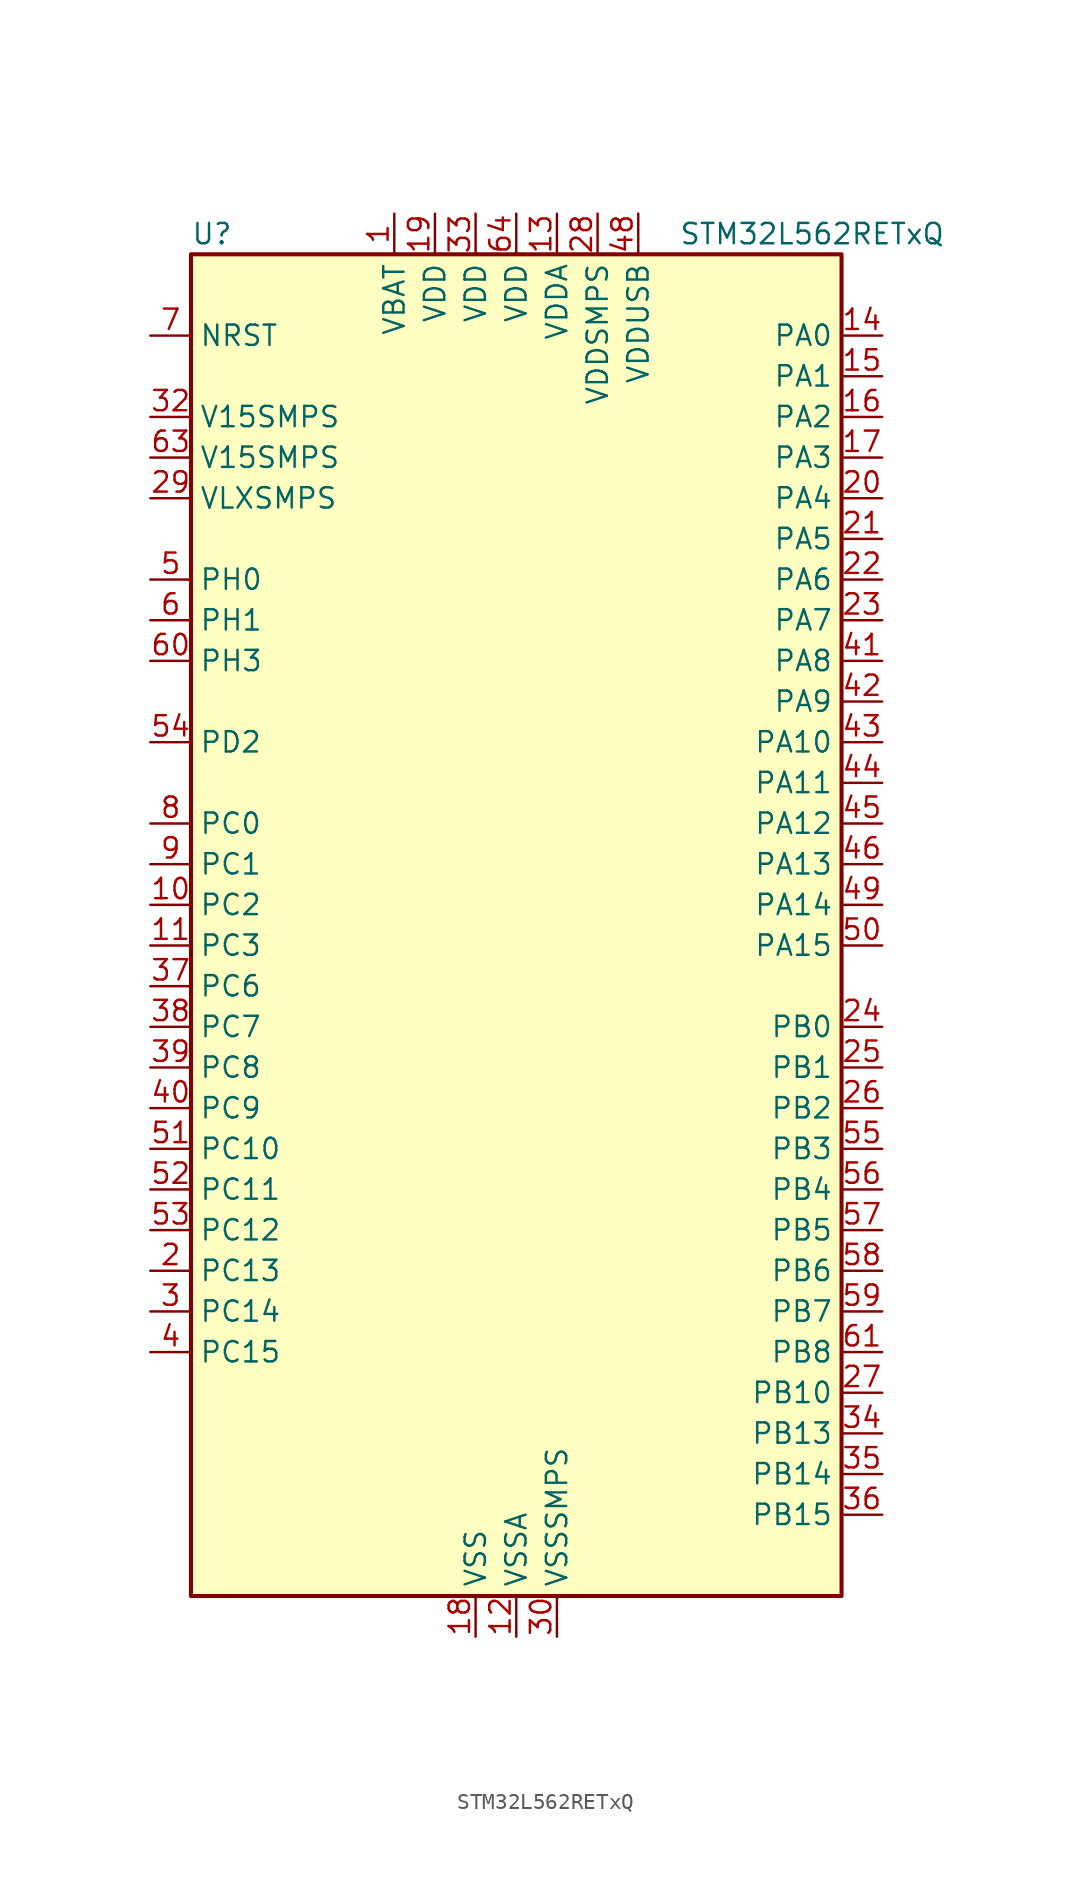
<source format=kicad_sym>
(kicad_symbol_lib
  (version 20241209)
  (generator "kicad_symbol_editor")
  (generator_version "9.0")
  (symbol "STM32L562RETxQ"
    (property "Reference" "U"
      (at -20.32 44.45 0)
      (effects (font (size 1.27 1.27)) (justify left)))
    (property "Value" "STM32L562RETxQ"
      (at 10.16 44.45 0)
      (effects (font (size 1.27 1.27)) (justify left)))
    (symbol "STM32L562RETxQ_0_1"
      (rectangle (start -20.32 -40.64) (end 20.32 43.18) (stroke (width 0.254) (type default)) (fill (type background))))
    (symbol "STM32L562RETxQ_1_1"
      (pin input line (at -22.86 38.1 0) (length 2.54) (name "NRST" (effects (font (size 1.27 1.27)))) (number "7" (effects (font (size 1.27 1.27)))))
      (pin power_in line (at -22.86 33.02 0) (length 2.54) (name "V15SMPS" (effects (font (size 1.27 1.27)))) (number "32" (effects (font (size 1.27 1.27)))))
      (pin power_in line (at -22.86 30.48 0) (length 2.54) (name "V15SMPS" (effects (font (size 1.27 1.27)))) (number "63" (effects (font (size 1.27 1.27)))))
      (pin power_in line (at -22.86 27.94 0) (length 2.54) (name "VLXSMPS" (effects (font (size 1.27 1.27)))) (number "29" (effects (font (size 1.27 1.27)))))
      (pin bidirectional line (at -22.86 22.86 0) (length 2.54) (name "PH0" (effects (font (size 1.27 1.27)))) (number "5" (effects (font (size 1.27 1.27)))) (alternate "RCC_OSC_IN" bidirectional line))
      (pin bidirectional line (at -22.86 20.32 0) (length 2.54) (name "PH1" (effects (font (size 1.27 1.27)))) (number "6" (effects (font (size 1.27 1.27)))) (alternate "RCC_OSC_OUT" bidirectional line))
      (pin bidirectional line (at -22.86 17.78 0) (length 2.54) (name "PH3" (effects (font (size 1.27 1.27)))) (number "60" (effects (font (size 1.27 1.27)))))
      (pin bidirectional line (at -22.86 12.7 0) (length 2.54) (name "PD2" (effects (font (size 1.27 1.27)))) (number "54" (effects (font (size 1.27 1.27)))) (alternate "DEBUG_TRACED2" bidirectional line) (alternate "SDMMC1_CMD" bidirectional line) (alternate "TIM3_ETR" bidirectional line) (alternate "TSC_SYNC" bidirectional line) (alternate "UART5_RX" bidirectional line) (alternate "USART3_DE" bidirectional line) (alternate "USART3_RTS" bidirectional line))
      (pin bidirectional line (at -22.86 7.62 0) (length 2.54) (name "PC0" (effects (font (size 1.27 1.27)))) (number "8" (effects (font (size 1.27 1.27)))) (alternate "ADC1_IN1" bidirectional line) (alternate "ADC2_IN1" bidirectional line) (alternate "I2C3_SCL" bidirectional line) (alternate "LPTIM1_IN1" bidirectional line) (alternate "LPTIM2_IN1" bidirectional line) (alternate "LPUART1_RX" bidirectional line) (alternate "OCTOSPI1_IO7" bidirectional line) (alternate "SAI2_FS_A" bidirectional line) (alternate "SDMMC1_D5" bidirectional line))
      (pin bidirectional line (at -22.86 5.08 0) (length 2.54) (name "PC1" (effects (font (size 1.27 1.27)))) (number "9" (effects (font (size 1.27 1.27)))) (alternate "ADC1_IN2" bidirectional line) (alternate "ADC2_IN2" bidirectional line) (alternate "DEBUG_TRACED0" bidirectional line) (alternate "I2C3_SDA" bidirectional line) (alternate "LPTIM1_OUT" bidirectional line) (alternate "LPUART1_TX" bidirectional line) (alternate "OCTOSPI1_IO4" bidirectional line) (alternate "SAI1_SD_A" bidirectional line) (alternate "SPI2_MOSI" bidirectional line))
      (pin bidirectional line (at -22.86 2.54 0) (length 2.54) (name "PC2" (effects (font (size 1.27 1.27)))) (number "10" (effects (font (size 1.27 1.27)))) (alternate "ADC1_IN3" bidirectional line) (alternate "ADC2_IN3" bidirectional line) (alternate "DFSDM1_CKOUT" bidirectional line) (alternate "LPTIM1_IN2" bidirectional line) (alternate "OCTOSPI1_IO5" bidirectional line) (alternate "SPI2_MISO" bidirectional line))
      (pin bidirectional line (at -22.86 0 0) (length 2.54) (name "PC3" (effects (font (size 1.27 1.27)))) (number "11" (effects (font (size 1.27 1.27)))) (alternate "ADC1_IN4" bidirectional line) (alternate "ADC2_IN4" bidirectional line) (alternate "LPTIM1_ETR" bidirectional line) (alternate "LPTIM2_ETR" bidirectional line) (alternate "LPTIM3_OUT" bidirectional line) (alternate "OCTOSPI1_IO6" bidirectional line) (alternate "SAI1_D1" bidirectional line) (alternate "SAI1_SD_A" bidirectional line) (alternate "SPI2_MOSI" bidirectional line))
      (pin bidirectional line (at -22.86 -2.54 0) (length 2.54) (name "PC6" (effects (font (size 1.27 1.27)))) (number "37" (effects (font (size 1.27 1.27)))) (alternate "DFSDM1_CKIN3" bidirectional line) (alternate "SAI2_MCLK_A" bidirectional line) (alternate "SDMMC1_D0DIR" bidirectional line) (alternate "SDMMC1_D6" bidirectional line) (alternate "TIM3_CH1" bidirectional line) (alternate "TIM8_CH1" bidirectional line) (alternate "TSC_G4_IO1" bidirectional line))
      (pin bidirectional line (at -22.86 -5.08 0) (length 2.54) (name "PC7" (effects (font (size 1.27 1.27)))) (number "38" (effects (font (size 1.27 1.27)))) (alternate "DFSDM1_DATIN3" bidirectional line) (alternate "SAI2_MCLK_B" bidirectional line) (alternate "SDMMC1_D123DIR" bidirectional line) (alternate "SDMMC1_D7" bidirectional line) (alternate "TIM3_CH2" bidirectional line) (alternate "TIM8_CH2" bidirectional line) (alternate "TSC_G4_IO2" bidirectional line))
      (pin bidirectional line (at -22.86 -7.62 0) (length 2.54) (name "PC8" (effects (font (size 1.27 1.27)))) (number "39" (effects (font (size 1.27 1.27)))) (alternate "SDMMC1_D0" bidirectional line) (alternate "TIM3_CH3" bidirectional line) (alternate "TIM8_CH3" bidirectional line) (alternate "TSC_G4_IO3" bidirectional line))
      (pin bidirectional line (at -22.86 -10.16 0) (length 2.54) (name "PC9" (effects (font (size 1.27 1.27)))) (number "40" (effects (font (size 1.27 1.27)))) (alternate "DAC1_EXTI9" bidirectional line) (alternate "DEBUG_TRACED0" bidirectional line) (alternate "SAI2_EXTCLK" bidirectional line) (alternate "SDMMC1_D1" bidirectional line) (alternate "TIM3_CH4" bidirectional line) (alternate "TIM8_BKIN2" bidirectional line) (alternate "TIM8_CH4" bidirectional line) (alternate "TSC_G4_IO4" bidirectional line) (alternate "USB_NOE" bidirectional line))
      (pin bidirectional line (at -22.86 -12.7 0) (length 2.54) (name "PC10" (effects (font (size 1.27 1.27)))) (number "51" (effects (font (size 1.27 1.27)))) (alternate "DEBUG_TRACED1" bidirectional line) (alternate "LPTIM3_ETR" bidirectional line) (alternate "SAI2_SCK_B" bidirectional line) (alternate "SDMMC1_D2" bidirectional line) (alternate "SPI3_SCK" bidirectional line) (alternate "TSC_G3_IO2" bidirectional line) (alternate "UART4_TX" bidirectional line) (alternate "USART3_TX" bidirectional line))
      (pin bidirectional line (at -22.86 -15.24 0) (length 2.54) (name "PC11" (effects (font (size 1.27 1.27)))) (number "52" (effects (font (size 1.27 1.27)))) (alternate "ADC1_EXTI11" bidirectional line) (alternate "ADC2_EXTI11" bidirectional line) (alternate "LPTIM3_IN1" bidirectional line) (alternate "OCTOSPI1_NCS" bidirectional line) (alternate "SAI2_MCLK_B" bidirectional line) (alternate "SDMMC1_D3" bidirectional line) (alternate "SPI3_MISO" bidirectional line) (alternate "TSC_G3_IO3" bidirectional line) (alternate "UART4_RX" bidirectional line) (alternate "UCPD1_FRSTX2" bidirectional line) (alternate "USART3_RX" bidirectional line))
      (pin bidirectional line (at -22.86 -17.78 0) (length 2.54) (name "PC12" (effects (font (size 1.27 1.27)))) (number "53" (effects (font (size 1.27 1.27)))) (alternate "DEBUG_TRACED3" bidirectional line) (alternate "SAI2_SD_B" bidirectional line) (alternate "SDMMC1_CK" bidirectional line) (alternate "SPI3_MOSI" bidirectional line) (alternate "TSC_G3_IO4" bidirectional line) (alternate "UART5_TX" bidirectional line) (alternate "USART3_CK" bidirectional line))
      (pin bidirectional line (at -22.86 -20.32 0) (length 2.54) (name "PC13" (effects (font (size 1.27 1.27)))) (number "2" (effects (font (size 1.27 1.27)))) (alternate "PWR_WKUP2" bidirectional line) (alternate "RTC_OUT1" bidirectional line) (alternate "RTC_TS" bidirectional line) (alternate "TAMP_IN1" bidirectional line) (alternate "TAMP_OUT2" bidirectional line))
      (pin bidirectional line (at -22.86 -22.86 0) (length 2.54) (name "PC14" (effects (font (size 1.27 1.27)))) (number "3" (effects (font (size 1.27 1.27)))) (alternate "RCC_OSC32_IN" bidirectional line))
      (pin bidirectional line (at -22.86 -25.4 0) (length 2.54) (name "PC15" (effects (font (size 1.27 1.27)))) (number "4" (effects (font (size 1.27 1.27)))) (alternate "ADC1_EXTI15" bidirectional line) (alternate "ADC2_EXTI15" bidirectional line) (alternate "RCC_OSC32_OUT" bidirectional line))
      (pin power_in line (at -7.62 45.72 270) (length 2.54) (name "VBAT" (effects (font (size 1.27 1.27)))) (number "1" (effects (font (size 1.27 1.27)))))
      (pin power_in line (at -5.08 45.72 270) (length 2.54) (name "VDD" (effects (font (size 1.27 1.27)))) (number "19" (effects (font (size 1.27 1.27)))))
      (pin power_in line (at -2.54 45.72 270) (length 2.54) (name "VDD" (effects (font (size 1.27 1.27)))) (number "33" (effects (font (size 1.27 1.27)))))
      (pin power_in line (at -2.54 -43.18 90) (length 2.54) (name "VSS" (effects (font (size 1.27 1.27)))) (number "18" (effects (font (size 1.27 1.27)))))
      (pin passive line (at -2.54 -43.18 90) (length 2.54) (hide yes) (name "VSS" (effects (font (size 1.27 1.27)))) (number "31" (effects (font (size 1.27 1.27)))))
      (pin passive line (at -2.54 -43.18 90) (length 2.54) (hide yes) (name "VSS" (effects (font (size 1.27 1.27)))) (number "47" (effects (font (size 1.27 1.27)))))
      (pin passive line (at -2.54 -43.18 90) (length 2.54) (hide yes) (name "VSS" (effects (font (size 1.27 1.27)))) (number "62" (effects (font (size 1.27 1.27)))))
      (pin power_in line (at 0 45.72 270) (length 2.54) (name "VDD" (effects (font (size 1.27 1.27)))) (number "64" (effects (font (size 1.27 1.27)))))
      (pin power_in line (at 0 -43.18 90) (length 2.54) (name "VSSA" (effects (font (size 1.27 1.27)))) (number "12" (effects (font (size 1.27 1.27)))))
      (pin power_in line (at 2.54 45.72 270) (length 2.54) (name "VDDA" (effects (font (size 1.27 1.27)))) (number "13" (effects (font (size 1.27 1.27)))))
      (pin power_in line (at 2.54 -43.18 90) (length 2.54) (name "VSSSMPS" (effects (font (size 1.27 1.27)))) (number "30" (effects (font (size 1.27 1.27)))))
      (pin power_in line (at 5.08 45.72 270) (length 2.54) (name "VDDSMPS" (effects (font (size 1.27 1.27)))) (number "28" (effects (font (size 1.27 1.27)))))
      (pin power_in line (at 7.62 45.72 270) (length 2.54) (name "VDDUSB" (effects (font (size 1.27 1.27)))) (number "48" (effects (font (size 1.27 1.27)))))
      (pin bidirectional line (at 22.86 38.1 180) (length 2.54) (name "PA0" (effects (font (size 1.27 1.27)))) (number "14" (effects (font (size 1.27 1.27)))) (alternate "ADC1_IN5" bidirectional line) (alternate "ADC2_IN5" bidirectional line) (alternate "OPAMP1_VINP" bidirectional line) (alternate "PWR_WKUP1" bidirectional line) (alternate "SAI1_EXTCLK" bidirectional line) (alternate "TAMP_IN2" bidirectional line) (alternate "TAMP_OUT1" bidirectional line) (alternate "TIM2_CH1" bidirectional line) (alternate "TIM2_ETR" bidirectional line) (alternate "TIM5_CH1" bidirectional line) (alternate "TIM8_ETR" bidirectional line) (alternate "UART4_TX" bidirectional line) (alternate "USART2_CTS" bidirectional line) (alternate "USART2_NSS" bidirectional line))
      (pin bidirectional line (at 22.86 35.56 180) (length 2.54) (name "PA1" (effects (font (size 1.27 1.27)))) (number "15" (effects (font (size 1.27 1.27)))) (alternate "ADC1_IN6" bidirectional line) (alternate "ADC2_IN6" bidirectional line) (alternate "I2C1_SMBA" bidirectional line) (alternate "OCTOSPI1_DQS" bidirectional line) (alternate "OPAMP1_VINM" bidirectional line) (alternate "SPI1_SCK" bidirectional line) (alternate "TAMP_IN5" bidirectional line) (alternate "TAMP_OUT4" bidirectional line) (alternate "TIM15_CH1N" bidirectional line) (alternate "TIM2_CH2" bidirectional line) (alternate "TIM5_CH2" bidirectional line) (alternate "UART4_RX" bidirectional line) (alternate "USART2_DE" bidirectional line) (alternate "USART2_RTS" bidirectional line))
      (pin bidirectional line (at 22.86 33.02 180) (length 2.54) (name "PA2" (effects (font (size 1.27 1.27)))) (number "16" (effects (font (size 1.27 1.27)))) (alternate "ADC1_IN7" bidirectional line) (alternate "ADC2_IN7" bidirectional line) (alternate "COMP1_INP" bidirectional line) (alternate "LPUART1_TX" bidirectional line) (alternate "OCTOSPI1_NCS" bidirectional line) (alternate "PWR_WKUP4" bidirectional line) (alternate "RCC_LSCO" bidirectional line) (alternate "SAI2_EXTCLK" bidirectional line) (alternate "TIM15_CH1" bidirectional line) (alternate "TIM2_CH3" bidirectional line) (alternate "TIM5_CH3" bidirectional line) (alternate "UCPD1_FRSTX1" bidirectional line) (alternate "USART2_TX" bidirectional line))
      (pin bidirectional line (at 22.86 30.48 180) (length 2.54) (name "PA3" (effects (font (size 1.27 1.27)))) (number "17" (effects (font (size 1.27 1.27)))) (alternate "ADC1_IN8" bidirectional line) (alternate "ADC2_IN8" bidirectional line) (alternate "LPUART1_RX" bidirectional line) (alternate "OCTOSPI1_CLK" bidirectional line) (alternate "OPAMP1_VOUT" bidirectional line) (alternate "SAI1_CK1" bidirectional line) (alternate "SAI1_MCLK_A" bidirectional line) (alternate "TIM15_CH2" bidirectional line) (alternate "TIM2_CH4" bidirectional line) (alternate "TIM5_CH4" bidirectional line) (alternate "USART2_RX" bidirectional line))
      (pin bidirectional line (at 22.86 27.94 180) (length 2.54) (name "PA4" (effects (font (size 1.27 1.27)))) (number "20" (effects (font (size 1.27 1.27)))) (alternate "ADC1_IN9" bidirectional line) (alternate "ADC2_IN9" bidirectional line) (alternate "DAC1_OUT1" bidirectional line) (alternate "LPTIM2_OUT" bidirectional line) (alternate "OCTOSPI1_NCS" bidirectional line) (alternate "SAI1_FS_B" bidirectional line) (alternate "SPI1_NSS" bidirectional line) (alternate "SPI3_NSS" bidirectional line) (alternate "USART2_CK" bidirectional line))
      (pin bidirectional line (at 22.86 25.4 180) (length 2.54) (name "PA5" (effects (font (size 1.27 1.27)))) (number "21" (effects (font (size 1.27 1.27)))) (alternate "ADC1_IN10" bidirectional line) (alternate "ADC2_IN10" bidirectional line) (alternate "DAC1_OUT2" bidirectional line) (alternate "LPTIM2_ETR" bidirectional line) (alternate "SPI1_SCK" bidirectional line) (alternate "TIM2_CH1" bidirectional line) (alternate "TIM2_ETR" bidirectional line) (alternate "TIM8_CH1N" bidirectional line))
      (pin bidirectional line (at 22.86 22.86 180) (length 2.54) (name "PA6" (effects (font (size 1.27 1.27)))) (number "22" (effects (font (size 1.27 1.27)))) (alternate "ADC1_IN11" bidirectional line) (alternate "ADC2_IN11" bidirectional line) (alternate "LPUART1_CTS" bidirectional line) (alternate "OCTOSPI1_IO3" bidirectional line) (alternate "OPAMP2_VINP" bidirectional line) (alternate "SPI1_MISO" bidirectional line) (alternate "TIM16_CH1" bidirectional line) (alternate "TIM1_BKIN" bidirectional line) (alternate "TIM3_CH1" bidirectional line) (alternate "TIM8_BKIN" bidirectional line) (alternate "USART3_CTS" bidirectional line) (alternate "USART3_NSS" bidirectional line))
      (pin bidirectional line (at 22.86 20.32 180) (length 2.54) (name "PA7" (effects (font (size 1.27 1.27)))) (number "23" (effects (font (size 1.27 1.27)))) (alternate "ADC1_IN12" bidirectional line) (alternate "ADC2_IN12" bidirectional line) (alternate "I2C3_SCL" bidirectional line) (alternate "OCTOSPI1_IO2" bidirectional line) (alternate "OPAMP2_VINM" bidirectional line) (alternate "SPI1_MOSI" bidirectional line) (alternate "TIM17_CH1" bidirectional line) (alternate "TIM1_CH1N" bidirectional line) (alternate "TIM3_CH2" bidirectional line) (alternate "TIM8_CH1N" bidirectional line))
      (pin bidirectional line (at 22.86 17.78 180) (length 2.54) (name "PA8" (effects (font (size 1.27 1.27)))) (number "41" (effects (font (size 1.27 1.27)))) (alternate "LPTIM2_OUT" bidirectional line) (alternate "RCC_MCO" bidirectional line) (alternate "SAI1_CK2" bidirectional line) (alternate "SAI1_SCK_A" bidirectional line) (alternate "TIM1_CH1" bidirectional line) (alternate "USART1_CK" bidirectional line))
      (pin bidirectional line (at 22.86 15.24 180) (length 2.54) (name "PA9" (effects (font (size 1.27 1.27)))) (number "42" (effects (font (size 1.27 1.27)))) (alternate "DAC1_EXTI9" bidirectional line) (alternate "SAI1_FS_A" bidirectional line) (alternate "SPI2_SCK" bidirectional line) (alternate "TIM15_BKIN" bidirectional line) (alternate "TIM1_CH2" bidirectional line) (alternate "USART1_TX" bidirectional line))
      (pin bidirectional line (at 22.86 12.7 180) (length 2.54) (name "PA10" (effects (font (size 1.27 1.27)))) (number "43" (effects (font (size 1.27 1.27)))) (alternate "CRS_SYNC" bidirectional line) (alternate "SAI1_D1" bidirectional line) (alternate "SAI1_SD_A" bidirectional line) (alternate "TIM17_BKIN" bidirectional line) (alternate "TIM1_CH3" bidirectional line) (alternate "USART1_RX" bidirectional line))
      (pin bidirectional line (at 22.86 10.16 180) (length 2.54) (name "PA11" (effects (font (size 1.27 1.27)))) (number "44" (effects (font (size 1.27 1.27)))) (alternate "ADC1_EXTI11" bidirectional line) (alternate "ADC2_EXTI11" bidirectional line) (alternate "FDCAN1_RX" bidirectional line) (alternate "SPI1_MISO" bidirectional line) (alternate "TIM1_BKIN2" bidirectional line) (alternate "TIM1_CH4" bidirectional line) (alternate "USART1_CTS" bidirectional line) (alternate "USART1_NSS" bidirectional line) (alternate "USB_DM" bidirectional line))
      (pin bidirectional line (at 22.86 7.62 180) (length 2.54) (name "PA12" (effects (font (size 1.27 1.27)))) (number "45" (effects (font (size 1.27 1.27)))) (alternate "FDCAN1_TX" bidirectional line) (alternate "SPI1_MOSI" bidirectional line) (alternate "TIM1_ETR" bidirectional line) (alternate "USART1_DE" bidirectional line) (alternate "USART1_RTS" bidirectional line) (alternate "USB_DP" bidirectional line))
      (pin bidirectional line (at 22.86 5.08 180) (length 2.54) (name "PA13" (effects (font (size 1.27 1.27)))) (number "46" (effects (font (size 1.27 1.27)))) (alternate "DEBUG_JTMS-SWDIO" bidirectional line) (alternate "IR_OUT" bidirectional line) (alternate "SAI1_SD_B" bidirectional line) (alternate "USB_NOE" bidirectional line))
      (pin bidirectional line (at 22.86 2.54 180) (length 2.54) (name "PA14" (effects (font (size 1.27 1.27)))) (number "49" (effects (font (size 1.27 1.27)))) (alternate "DEBUG_JTCK-SWCLK" bidirectional line) (alternate "I2C1_SMBA" bidirectional line) (alternate "I2C4_SMBA" bidirectional line) (alternate "LPTIM1_OUT" bidirectional line) (alternate "SAI1_FS_B" bidirectional line))
      (pin bidirectional line (at 22.86 0 180) (length 2.54) (name "PA15" (effects (font (size 1.27 1.27)))) (number "50" (effects (font (size 1.27 1.27)))) (alternate "ADC1_EXTI15" bidirectional line) (alternate "ADC2_EXTI15" bidirectional line) (alternate "DEBUG_JTDI" bidirectional line) (alternate "SAI2_FS_B" bidirectional line) (alternate "SPI1_NSS" bidirectional line) (alternate "SPI3_NSS" bidirectional line) (alternate "TIM2_CH1" bidirectional line) (alternate "TIM2_ETR" bidirectional line) (alternate "UART4_DE" bidirectional line) (alternate "UART4_RTS" bidirectional line) (alternate "UCPD1_CC1" bidirectional line) (alternate "USART2_RX" bidirectional line) (alternate "USART3_DE" bidirectional line) (alternate "USART3_RTS" bidirectional line))
      (pin bidirectional line (at 22.86 -5.08 180) (length 2.54) (name "PB0" (effects (font (size 1.27 1.27)))) (number "24" (effects (font (size 1.27 1.27)))) (alternate "ADC1_IN15" bidirectional line) (alternate "ADC2_IN15" bidirectional line) (alternate "COMP1_OUT" bidirectional line) (alternate "OCTOSPI1_IO1" bidirectional line) (alternate "OPAMP2_VOUT" bidirectional line) (alternate "SAI1_EXTCLK" bidirectional line) (alternate "SPI1_NSS" bidirectional line) (alternate "TIM1_CH2N" bidirectional line) (alternate "TIM3_CH3" bidirectional line) (alternate "TIM8_CH2N" bidirectional line) (alternate "USART3_CK" bidirectional line))
      (pin bidirectional line (at 22.86 -7.62 180) (length 2.54) (name "PB1" (effects (font (size 1.27 1.27)))) (number "25" (effects (font (size 1.27 1.27)))) (alternate "ADC1_IN16" bidirectional line) (alternate "ADC2_IN16" bidirectional line) (alternate "COMP1_INM" bidirectional line) (alternate "DFSDM1_DATIN0" bidirectional line) (alternate "LPTIM2_IN1" bidirectional line) (alternate "LPUART1_DE" bidirectional line) (alternate "LPUART1_RTS" bidirectional line) (alternate "OCTOSPI1_IO0" bidirectional line) (alternate "TIM1_CH3N" bidirectional line) (alternate "TIM3_CH4" bidirectional line) (alternate "TIM8_CH3N" bidirectional line) (alternate "USART3_DE" bidirectional line) (alternate "USART3_RTS" bidirectional line))
      (pin bidirectional line (at 22.86 -10.16 180) (length 2.54) (name "PB2" (effects (font (size 1.27 1.27)))) (number "26" (effects (font (size 1.27 1.27)))) (alternate "COMP1_INP" bidirectional line) (alternate "DFSDM1_CKIN0" bidirectional line) (alternate "I2C3_SMBA" bidirectional line) (alternate "LPTIM1_OUT" bidirectional line) (alternate "OCTOSPI1_DQS" bidirectional line) (alternate "RTC_OUT2" bidirectional line) (alternate "UCPD1_FRSTX1" bidirectional line))
      (pin bidirectional line (at 22.86 -12.7 180) (length 2.54) (name "PB3" (effects (font (size 1.27 1.27)))) (number "55" (effects (font (size 1.27 1.27)))) (alternate "COMP2_INM" bidirectional line) (alternate "CRS_SYNC" bidirectional line) (alternate "DEBUG_JTDO-SWO" bidirectional line) (alternate "SAI1_SCK_B" bidirectional line) (alternate "SPI1_SCK" bidirectional line) (alternate "SPI3_SCK" bidirectional line) (alternate "TIM2_CH2" bidirectional line) (alternate "USART1_DE" bidirectional line) (alternate "USART1_RTS" bidirectional line))
      (pin bidirectional line (at 22.86 -15.24 180) (length 2.54) (name "PB4" (effects (font (size 1.27 1.27)))) (number "56" (effects (font (size 1.27 1.27)))) (alternate "COMP2_INP" bidirectional line) (alternate "DEBUG_JTRST" bidirectional line) (alternate "I2C3_SDA" bidirectional line) (alternate "SAI1_MCLK_B" bidirectional line) (alternate "SPI1_MISO" bidirectional line) (alternate "SPI3_MISO" bidirectional line) (alternate "TIM17_BKIN" bidirectional line) (alternate "TIM3_CH1" bidirectional line) (alternate "TSC_G2_IO1" bidirectional line) (alternate "UART5_DE" bidirectional line) (alternate "UART5_RTS" bidirectional line) (alternate "USART1_CTS" bidirectional line) (alternate "USART1_NSS" bidirectional line))
      (pin bidirectional line (at 22.86 -17.78 180) (length 2.54) (name "PB5" (effects (font (size 1.27 1.27)))) (number "57" (effects (font (size 1.27 1.27)))) (alternate "COMP2_OUT" bidirectional line) (alternate "I2C1_SMBA" bidirectional line) (alternate "LPTIM1_IN1" bidirectional line) (alternate "OCTOSPI1_NCLK" bidirectional line) (alternate "SAI1_SD_B" bidirectional line) (alternate "SPI1_MOSI" bidirectional line) (alternate "SPI3_MOSI" bidirectional line) (alternate "TIM16_BKIN" bidirectional line) (alternate "TIM3_CH2" bidirectional line) (alternate "TSC_G2_IO2" bidirectional line) (alternate "UART5_CTS" bidirectional line) (alternate "UCPD1_DBCC1" bidirectional line) (alternate "USART1_CK" bidirectional line))
      (pin bidirectional line (at 22.86 -20.32 180) (length 2.54) (name "PB6" (effects (font (size 1.27 1.27)))) (number "58" (effects (font (size 1.27 1.27)))) (alternate "COMP2_INP" bidirectional line) (alternate "I2C1_SCL" bidirectional line) (alternate "I2C4_SCL" bidirectional line) (alternate "LPTIM1_ETR" bidirectional line) (alternate "SAI1_FS_B" bidirectional line) (alternate "TIM16_CH1N" bidirectional line) (alternate "TIM4_CH1" bidirectional line) (alternate "TIM8_BKIN2" bidirectional line) (alternate "TSC_G2_IO3" bidirectional line) (alternate "USART1_TX" bidirectional line))
      (pin bidirectional line (at 22.86 -22.86 180) (length 2.54) (name "PB7" (effects (font (size 1.27 1.27)))) (number "59" (effects (font (size 1.27 1.27)))) (alternate "COMP2_INM" bidirectional line) (alternate "I2C1_SDA" bidirectional line) (alternate "I2C4_SDA" bidirectional line) (alternate "LPTIM1_IN2" bidirectional line) (alternate "PWR_PVD_IN" bidirectional line) (alternate "TIM17_CH1N" bidirectional line) (alternate "TIM4_CH2" bidirectional line) (alternate "TIM8_BKIN" bidirectional line) (alternate "TSC_G2_IO4" bidirectional line) (alternate "UART4_CTS" bidirectional line) (alternate "USART1_RX" bidirectional line))
      (pin bidirectional line (at 22.86 -25.4 180) (length 2.54) (name "PB8" (effects (font (size 1.27 1.27)))) (number "61" (effects (font (size 1.27 1.27)))) (alternate "DFSDM1_CKOUT" bidirectional line) (alternate "FDCAN1_RX" bidirectional line) (alternate "I2C1_SCL" bidirectional line) (alternate "SAI1_CK1" bidirectional line) (alternate "SAI1_MCLK_A" bidirectional line) (alternate "SDMMC1_CKIN" bidirectional line) (alternate "SDMMC1_D4" bidirectional line) (alternate "TIM16_CH1" bidirectional line) (alternate "TIM4_CH3" bidirectional line))
      (pin bidirectional line (at 22.86 -27.94 180) (length 2.54) (name "PB10" (effects (font (size 1.27 1.27)))) (number "27" (effects (font (size 1.27 1.27)))) (alternate "COMP1_OUT" bidirectional line) (alternate "I2C2_SCL" bidirectional line) (alternate "I2C4_SCL" bidirectional line) (alternate "LPTIM3_OUT" bidirectional line) (alternate "LPUART1_RX" bidirectional line) (alternate "OCTOSPI1_CLK" bidirectional line) (alternate "SAI1_SCK_A" bidirectional line) (alternate "SPI2_SCK" bidirectional line) (alternate "TIM2_CH3" bidirectional line) (alternate "TSC_SYNC" bidirectional line) (alternate "USART3_TX" bidirectional line))
      (pin bidirectional line (at 22.86 -30.48 180) (length 2.54) (name "PB13" (effects (font (size 1.27 1.27)))) (number "34" (effects (font (size 1.27 1.27)))) (alternate "DFSDM1_CKIN1" bidirectional line) (alternate "I2C2_SCL" bidirectional line) (alternate "LPTIM3_IN1" bidirectional line) (alternate "LPUART1_CTS" bidirectional line) (alternate "SAI2_SCK_A" bidirectional line) (alternate "SPI2_SCK" bidirectional line) (alternate "TIM15_CH1N" bidirectional line) (alternate "TIM1_CH1N" bidirectional line) (alternate "TSC_G1_IO2" bidirectional line) (alternate "UCPD1_FRSTX2" bidirectional line) (alternate "USART3_CTS" bidirectional line) (alternate "USART3_NSS" bidirectional line))
      (pin bidirectional line (at 22.86 -33.02 180) (length 2.54) (name "PB14" (effects (font (size 1.27 1.27)))) (number "35" (effects (font (size 1.27 1.27)))) (alternate "DFSDM1_DATIN2" bidirectional line) (alternate "I2C2_SDA" bidirectional line) (alternate "LPTIM3_ETR" bidirectional line) (alternate "SAI2_MCLK_A" bidirectional line) (alternate "SPI2_MISO" bidirectional line) (alternate "TIM15_CH1" bidirectional line) (alternate "TIM1_CH2N" bidirectional line) (alternate "TIM8_CH2N" bidirectional line) (alternate "TSC_G1_IO3" bidirectional line) (alternate "UCPD1_DBCC2" bidirectional line) (alternate "USART3_DE" bidirectional line) (alternate "USART3_RTS" bidirectional line))
      (pin bidirectional line (at 22.86 -35.56 180) (length 2.54) (name "PB15" (effects (font (size 1.27 1.27)))) (number "36" (effects (font (size 1.27 1.27)))) (alternate "ADC1_EXTI15" bidirectional line) (alternate "ADC2_EXTI15" bidirectional line) (alternate "DFSDM1_CKIN2" bidirectional line) (alternate "RTC_REFIN" bidirectional line) (alternate "SAI2_SD_A" bidirectional line) (alternate "SPI2_MOSI" bidirectional line) (alternate "TIM15_CH2" bidirectional line) (alternate "TIM1_CH3N" bidirectional line) (alternate "TIM8_CH3N" bidirectional line) (alternate "UCPD1_CC2" bidirectional line)))))
</source>
